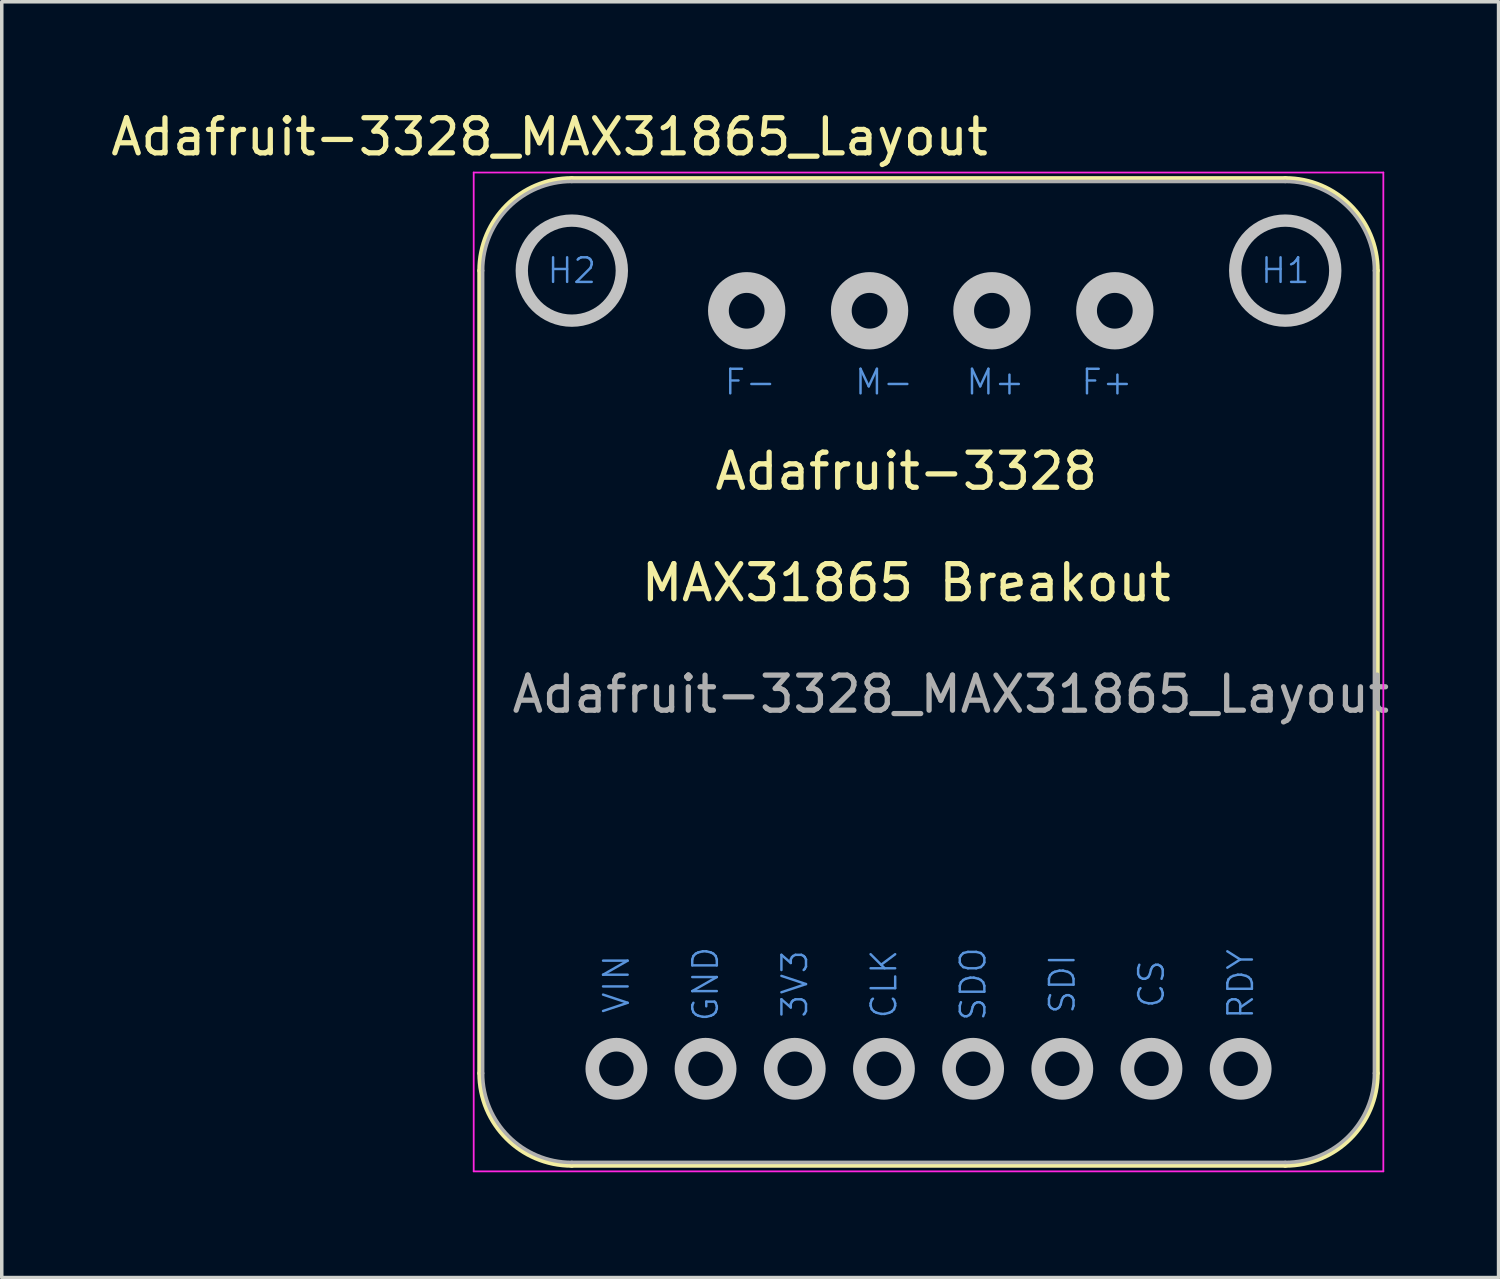
<source format=kicad_pcb>
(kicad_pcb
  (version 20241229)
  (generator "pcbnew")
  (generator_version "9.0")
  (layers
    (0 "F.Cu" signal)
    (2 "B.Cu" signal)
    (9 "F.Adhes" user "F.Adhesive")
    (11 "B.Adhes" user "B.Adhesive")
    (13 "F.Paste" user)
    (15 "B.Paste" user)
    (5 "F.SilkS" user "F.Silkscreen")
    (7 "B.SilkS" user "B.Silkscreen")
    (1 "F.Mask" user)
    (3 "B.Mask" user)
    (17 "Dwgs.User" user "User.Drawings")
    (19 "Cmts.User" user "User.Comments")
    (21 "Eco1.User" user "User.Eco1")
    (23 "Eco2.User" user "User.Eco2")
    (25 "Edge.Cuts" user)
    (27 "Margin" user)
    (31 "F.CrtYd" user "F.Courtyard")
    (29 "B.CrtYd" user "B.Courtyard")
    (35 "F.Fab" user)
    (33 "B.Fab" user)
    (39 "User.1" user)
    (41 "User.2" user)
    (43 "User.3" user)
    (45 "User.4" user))
  (footprint "Adafruit-3328_MAX31865_Layout"
    (layer "F.Cu")
    (at 10.696 30.058)
    (property "Reference" "Adafruit-3328_MAX31865_Layout" (at 13.335 -13.335 0) (layer "F.Fab") (effects (font (size 1 1) (thickness 0.15))))
    (attr through_hole)
    (fp_line (start -0.076 -25.4) (end -0.076 -2.54) (stroke (width 0.152) (type solid)) (layer "F.SilkS"))
    (fp_line (start 2.54 -28.016) (end 22.86 -28.016) (stroke (width 0.152) (type solid)) (layer "F.SilkS"))
    (fp_line (start 2.54 0.076) (end 22.86 0.076) (stroke (width 0.152) (type solid)) (layer "F.SilkS"))
    (fp_line (start 25.476 -2.54) (end 25.476 -25.4) (stroke (width 0.152) (type solid)) (layer "F.SilkS"))
    (fp_arc (start -0.0762 -25.4) (mid 0.690067 -27.249933) (end 2.54 -28.0162) (stroke (width 0.1524) (type solid)) (layer "F.SilkS"))
    (fp_arc (start 2.54 0.0762) (mid 0.690067 -0.690067) (end -0.0762 -2.54) (stroke (width 0.1524) (type solid)) (layer "F.SilkS"))
    (fp_arc (start 22.86 -28.0162) (mid 24.709933 -27.249933) (end 25.4762 -25.4) (stroke (width 0.1524) (type solid)) (layer "F.SilkS"))
    (fp_arc (start 25.4762 -2.54) (mid 24.709933 -0.690067) (end 22.86 0.0762) (stroke (width 0.1524) (type solid)) (layer "F.SilkS"))
    (fp_circle (center 2.54 -25.4) (end 2.54 -23.975) (stroke (width 0.351) (type solid)) (fill no) (layer "Dwgs.User"))
    (fp_circle (center 3.81 -2.667) (end 3.81 -1.981) (stroke (width 0.389) (type solid)) (fill no) (layer "Dwgs.User"))
    (fp_circle (center 6.35 -2.667) (end 6.35 -1.981) (stroke (width 0.389) (type solid)) (fill no) (layer "Dwgs.User"))
    (fp_circle (center 7.521 -24.257) (end 8.316 -24.13) (stroke (width 0.592) (type solid)) (fill no) (layer "Dwgs.User"))
    (fp_circle (center 8.89 -2.667) (end 8.89 -1.981) (stroke (width 0.389) (type solid)) (fill no) (layer "Dwgs.User"))
    (fp_circle (center 11.021 -24.257) (end 11.816 -24.13) (stroke (width 0.592) (type solid)) (fill no) (layer "Dwgs.User"))
    (fp_circle (center 11.43 -2.667) (end 11.43 -1.981) (stroke (width 0.389) (type solid)) (fill no) (layer "Dwgs.User"))
    (fp_circle (center 13.97 -2.667) (end 13.97 -1.981) (stroke (width 0.389) (type solid)) (fill no) (layer "Dwgs.User"))
    (fp_circle (center 14.506 -24.257) (end 15.301 -24.13) (stroke (width 0.592) (type solid)) (fill no) (layer "Dwgs.User"))
    (fp_circle (center 16.51 -2.667) (end 16.51 -1.981) (stroke (width 0.389) (type solid)) (fill no) (layer "Dwgs.User"))
    (fp_circle (center 18.006 -24.257) (end 18.801 -24.13) (stroke (width 0.592) (type solid)) (fill no) (layer "Dwgs.User"))
    (fp_circle (center 19.05 -2.667) (end 19.05 -1.981) (stroke (width 0.389) (type solid)) (fill no) (layer "Dwgs.User"))
    (fp_circle (center 21.59 -2.667) (end 21.59 -1.981) (stroke (width 0.389) (type solid)) (fill no) (layer "Dwgs.User"))
    (fp_circle (center 22.86 -25.4) (end 22.86 -23.975) (stroke (width 0.351) (type solid)) (fill no) (layer "Dwgs.User"))
    (fp_line (start -0.254 -28.194) (end -0.254 0.254) (stroke (width 0.051) (type solid)) (layer "F.CrtYd"))
    (fp_line (start -0.254 -28.194) (end 25.654 -28.194) (stroke (width 0.051) (type solid)) (layer "F.CrtYd"))
    (fp_line (start -0.254 0.254) (end 25.654 0.254) (stroke (width 0.051) (type solid)) (layer "F.CrtYd"))
    (fp_line (start 25.654 0.254) (end 25.654 -28.194) (stroke (width 0.051) (type solid)) (layer "F.CrtYd"))
    (fp_line (start 0 -25.4) (end 0 -2.54) (stroke (width 0.102) (type solid)) (layer "F.Fab"))
    (fp_line (start 2.54 -27.94) (end 22.86 -27.94) (stroke (width 0.102) (type solid)) (layer "F.Fab"))
    (fp_line (start 2.54 0) (end 22.86 0) (stroke (width 0.102) (type solid)) (layer "F.Fab"))
    (fp_line (start 25.4 -25.4) (end 25.4 -2.54) (stroke (width 0.102) (type solid)) (layer "F.Fab"))
    (fp_arc (start 0 -25.4) (mid 0.743949 -27.196051) (end 2.54 -27.94) (stroke (width 0.1016) (type solid)) (layer "F.Fab"))
    (fp_arc (start 2.54 0) (mid 0.743949 -0.743949) (end 0 -2.54) (stroke (width 0.1016) (type solid)) (layer "F.Fab"))
    (fp_arc (start 22.86 -27.94) (mid 24.656051 -27.196051) (end 25.4 -25.4) (stroke (width 0.1016) (type solid)) (layer "F.Fab"))
    (fp_arc (start 25.4 -2.54) (mid 24.656051 -0.743949) (end 22.86 0) (stroke (width 0.1016) (type solid)) (layer "F.Fab"))
    (fp_text user "Adafruit-3328" (at 12.065 -19.685 0) (layer "F.SilkS") (effects (font (size 1 1) (thickness 0.15))))
    (fp_text user "${REFERENCE}" (at 1.905 -29.21 0) (layer "F.SilkS") (effects (font (size 1 1) (thickness 0.15))))
    (fp_text user "MAX31865 Breakout" (at 12.065 -16.51 0) (layer "F.SilkS") (effects (font (size 1 1) (thickness 0.15))))
    (fp_text user "GND" (at 6.35 -5.08 90) (layer "Cmts.User") (effects (font (size 0.7 0.7) (thickness 0.07))))
    (fp_text user "CS" (at 19.05 -5.08 90) (layer "Cmts.User") (effects (font (size 0.7 0.7) (thickness 0.07))))
    (fp_text user "3V3" (at 8.89 -5.08 90) (layer "Cmts.User") (effects (font (size 0.7 0.7) (thickness 0.07))))
    (fp_text user "M-" (at 11.43 -22.225 0) (layer "Cmts.User") (effects (font (size 0.7 0.7) (thickness 0.07))))
    (fp_text user "SDI" (at 16.51 -5.08 90) (layer "Cmts.User") (effects (font (size 0.7 0.7) (thickness 0.07))))
    (fp_text user "SDO" (at 13.97 -5.08 90) (layer "Cmts.User") (effects (font (size 0.7 0.7) (thickness 0.07))))
    (fp_text user "H1" (at 22.86 -25.4 0) (layer "Cmts.User") (effects (font (size 0.7 0.7) (thickness 0.07))))
    (fp_text user "RDY" (at 21.59 -5.08 90) (layer "Cmts.User") (effects (font (size 0.7 0.7) (thickness 0.07))))
    (fp_text user "CLK" (at 11.43 -5.08 90) (layer "Cmts.User") (effects (font (size 0.7 0.7) (thickness 0.07))))
    (fp_text user "M+" (at 14.605 -22.225 0) (layer "Cmts.User") (effects (font (size 0.7 0.7) (thickness 0.07))))
    (fp_text user "F+" (at 17.78 -22.225 0) (layer "Cmts.User") (effects (font (size 0.7 0.7) (thickness 0.07))))
    (fp_text user "VIN" (at 3.81 -5.08 90) (layer "Cmts.User") (effects (font (size 0.7 0.7) (thickness 0.07))))
    (fp_text user "F-" (at 7.62 -22.225 0) (layer "Cmts.User") (effects (font (size 0.7 0.7) (thickness 0.07))))
    (fp_text user "H2" (at 2.54 -25.4 0) (layer "Cmts.User") (effects (font (size 0.7 0.7) (thickness 0.07))))
    (fp_text user "${REFERENCE}" (at 12.7 -8.255 0) (layer "Eco1.User") (effects (font (size 0.762 0.762) (thickness 0.076)))))
  (gr_rect
    (start -3 -3)
    (end 39.632 33.338)
    (stroke (width 0.1) (type default))
    (fill no)
    (layer "Edge.Cuts")))
</source>
